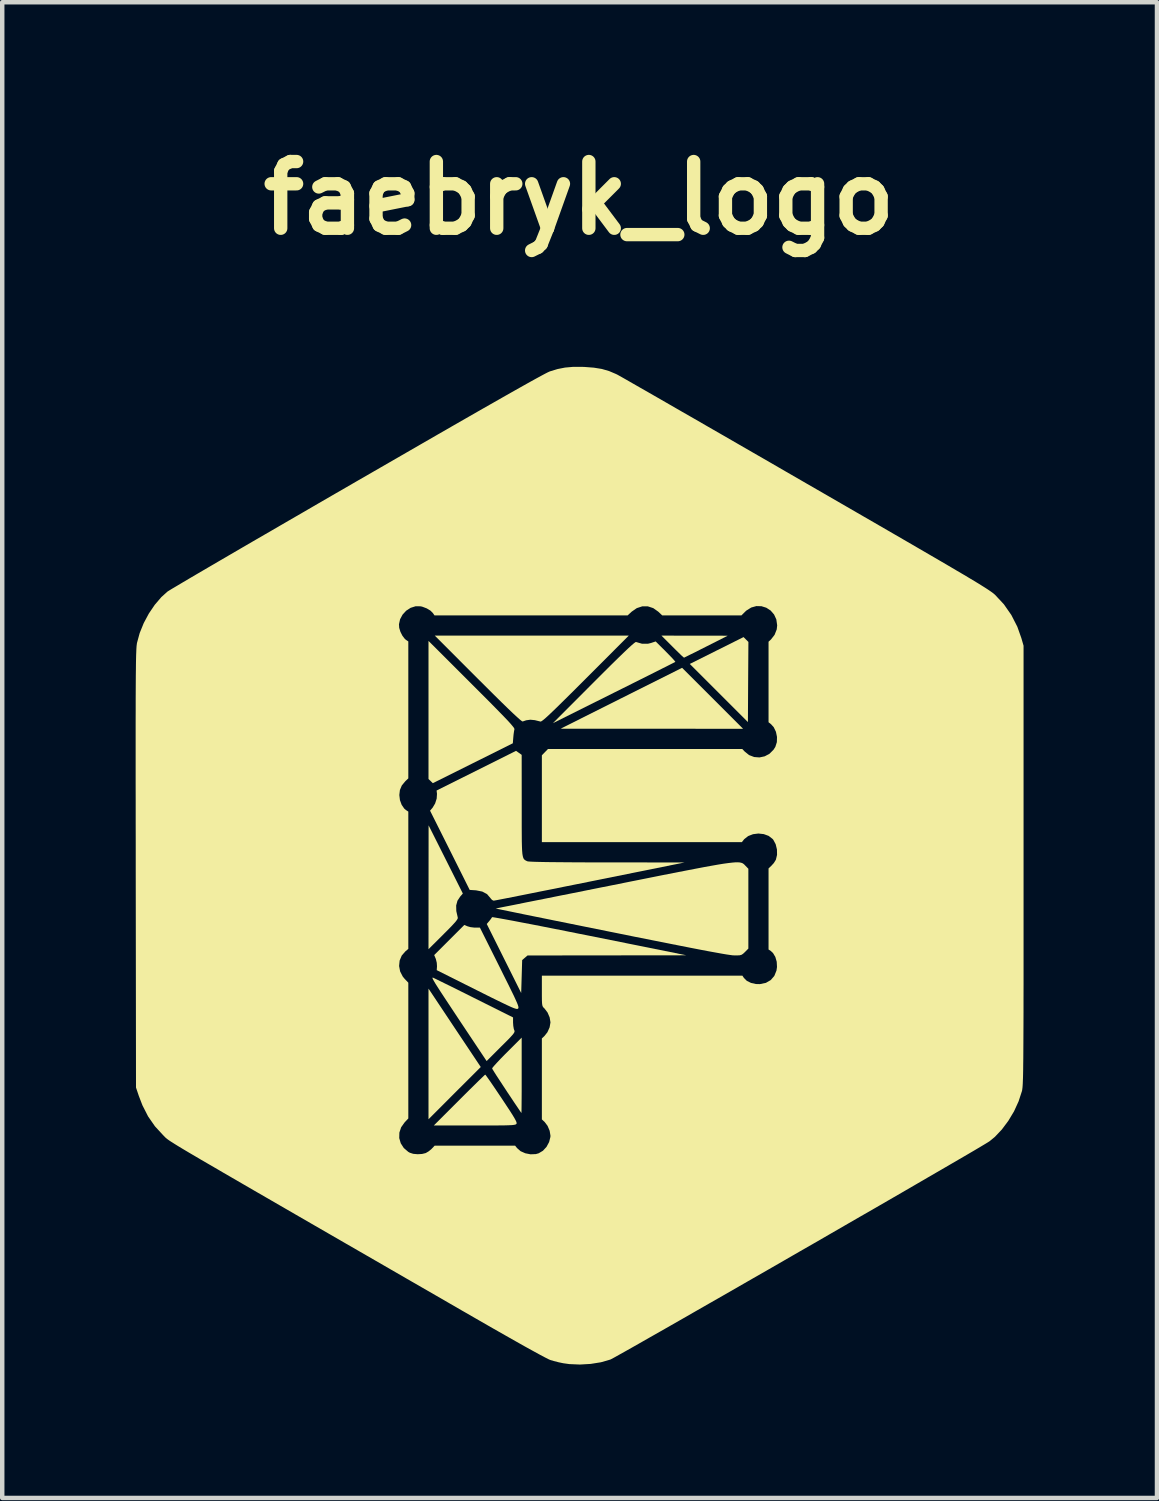
<source format=kicad_pcb>
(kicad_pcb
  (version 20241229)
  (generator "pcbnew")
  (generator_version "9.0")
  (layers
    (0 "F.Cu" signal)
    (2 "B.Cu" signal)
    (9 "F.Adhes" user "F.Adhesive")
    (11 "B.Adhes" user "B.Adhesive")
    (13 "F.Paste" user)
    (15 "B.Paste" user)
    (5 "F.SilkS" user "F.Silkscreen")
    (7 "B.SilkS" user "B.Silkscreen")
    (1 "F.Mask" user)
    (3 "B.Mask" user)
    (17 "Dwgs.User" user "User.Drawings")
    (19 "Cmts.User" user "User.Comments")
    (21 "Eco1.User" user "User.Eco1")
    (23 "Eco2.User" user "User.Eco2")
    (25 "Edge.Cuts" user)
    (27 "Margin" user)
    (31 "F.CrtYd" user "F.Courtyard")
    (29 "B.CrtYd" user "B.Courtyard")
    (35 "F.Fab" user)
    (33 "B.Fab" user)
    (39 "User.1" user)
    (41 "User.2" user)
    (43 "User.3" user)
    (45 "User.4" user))
  (footprint "faebryk_logo"
    (layer "F.Cu")
    (at 9.976 16.404)
    (property "Reference" "faebryk_logo" (at 0 -15 0) (layer "F.SilkS") (effects (font (size 1.5 1.5) (thickness 0.3))))
    (attr board_only exclude_from_pos_files exclude_from_bom)
    (fp_poly (pts (xy -2.804 3.657) (xy -2.216 4.538) (xy -2.804 5.125) (xy -3.391 5.713) (xy -3.391 4.244) (xy -3.391 2.775)) (stroke (width 0) (type solid)) (fill yes) (layer "F.SilkS"))
    (fp_poly (pts (xy 2.997 -3.753) (xy 3.682 -3.067) (xy 1.631 -3.068) (xy -0.421 -3.069) (xy 0.945 -3.754) (xy 2.311 -4.438)) (stroke (width 0) (type solid)) (fill yes) (layer "F.SilkS"))
    (fp_poly (pts (xy 3.747 -5.075) (xy 3.802 -5.02) (xy 3.796 -4.119) (xy 3.791 -3.218) (xy 3.137 -3.872) (xy 2.484 -4.525) (xy 3.088 -4.827) (xy 3.693 -5.129)) (stroke (width 0) (type solid)) (fill yes) (layer "F.SilkS"))
    (fp_poly (pts (xy 2.592 -5.161) (xy 3.337 -5.16) (xy 2.851 -4.914) (xy 2.718 -4.847) (xy 2.598 -4.786) (xy 2.496 -4.736) (xy 2.418 -4.697) (xy 2.369 -4.673) (xy 2.354 -4.666) (xy 2.336 -4.681) (xy 2.292 -4.72) (xy 2.23 -4.781) (xy 2.152 -4.857) (xy 2.095 -4.914) (xy 1.847 -5.162)) (stroke (width 0) (type solid)) (fill yes) (layer "F.SilkS"))
    (fp_poly (pts (xy -3.004 -0.13) (xy -2.619 0.637) (xy -2.677 0.704) (xy -2.74 0.799) (xy -2.769 0.906) (xy -2.766 1.032) (xy -2.733 1.177) (xy -2.734 1.198) (xy -2.75 1.228) (xy -2.784 1.273) (xy -2.84 1.335) (xy -2.919 1.418) (xy -3.027 1.526) (xy -3.055 1.555) (xy -3.391 1.889) (xy -3.39 0.497) (xy -3.389 -0.896)) (stroke (width 0) (type solid)) (fill yes) (layer "F.SilkS"))
    (fp_poly (pts (xy -2.418 -4.071) (xy -2.216 -3.869) (xy -2.043 -3.696) (xy -1.897 -3.548) (xy -1.776 -3.424) (xy -1.678 -3.323) (xy -1.6 -3.241) (xy -1.542 -3.177) (xy -1.501 -3.128) (xy -1.474 -3.094) (xy -1.461 -3.07) (xy -1.459 -3.056) (xy -1.459 -3.056) (xy -1.468 -3.012) (xy -1.478 -2.942) (xy -1.484 -2.877) (xy -1.495 -2.741) (xy -2.395 -2.292) (xy -3.294 -1.844) (xy -3.342 -1.891) (xy -3.391 -1.938) (xy -3.391 -3.49) (xy -3.391 -5.043)) (stroke (width 0) (type solid)) (fill yes) (layer "F.SilkS"))
    (fp_poly (pts (xy -1.94 1.17) (xy -1.879 1.18) (xy -1.781 1.197) (xy -1.649 1.221) (xy -1.486 1.251) (xy -1.295 1.288) (xy -1.078 1.329) (xy -0.838 1.376) (xy -0.579 1.427) (xy -0.302 1.482) (xy -0.012 1.54) (xy 0.227 1.587) (xy 2.408 2.026) (xy 0.622 2.028) (xy -1.164 2.03) (xy -1.225 2.082) (xy -1.285 2.134) (xy -1.296 2.504) (xy -1.307 2.874) (xy -1.694 2.098) (xy -2.081 1.322) (xy -2.025 1.256) (xy -1.988 1.209) (xy -1.965 1.174) (xy -1.962 1.169)) (stroke (width 0) (type solid)) (fill yes) (layer "F.SilkS"))
    (fp_poly (pts (xy 0.14 -4.189) (xy -0.062 -3.987) (xy -0.236 -3.814) (xy -0.385 -3.667) (xy -0.509 -3.545) (xy -0.611 -3.447) (xy -0.693 -3.369) (xy -0.757 -3.311) (xy -0.805 -3.27) (xy -0.84 -3.244) (xy -0.862 -3.231) (xy -0.875 -3.23) (xy -1 -3.261) (xy -1.102 -3.271) (xy -1.195 -3.258) (xy -1.274 -3.231) (xy -1.293 -3.24) (xy -1.335 -3.273) (xy -1.401 -3.332) (xy -1.492 -3.416) (xy -1.609 -3.528) (xy -1.752 -3.667) (xy -1.923 -3.836) (xy -2.122 -4.034) (xy -2.279 -4.19) (xy -3.25 -5.162) (xy -1.069 -5.162) (xy 1.112 -5.162)) (stroke (width 0) (type solid)) (fill yes) (layer "F.SilkS"))
    (fp_poly (pts (xy -1.296 4.725) (xy -1.296 4.912) (xy -1.296 5.084) (xy -1.297 5.237) (xy -1.298 5.367) (xy -1.299 5.469) (xy -1.3 5.538) (xy -1.301 5.57) (xy -1.301 5.572) (xy -1.314 5.555) (xy -1.348 5.506) (xy -1.399 5.43) (xy -1.465 5.333) (xy -1.541 5.218) (xy -1.627 5.09) (xy -1.631 5.083) (xy -1.716 4.954) (xy -1.794 4.835) (xy -1.861 4.733) (xy -1.913 4.651) (xy -1.947 4.596) (xy -1.96 4.571) (xy -1.961 4.571) (xy -1.948 4.549) (xy -1.908 4.502) (xy -1.846 4.434) (xy -1.767 4.35) (xy -1.674 4.255) (xy -1.631 4.212) (xy -1.296 3.877)) (stroke (width 0) (type solid)) (fill yes) (layer "F.SilkS"))
    (fp_poly (pts (xy 1.943 -4.806) (xy 2.021 -4.726) (xy 2.087 -4.658) (xy 2.134 -4.606) (xy 2.157 -4.576) (xy 2.159 -4.571) (xy 2.138 -4.56) (xy 2.082 -4.532) (xy 1.994 -4.487) (xy 1.876 -4.428) (xy 1.732 -4.355) (xy 1.565 -4.271) (xy 1.377 -4.177) (xy 1.173 -4.075) (xy 0.955 -3.966) (xy 0.778 -3.878) (xy -0.594 -3.193) (xy 0.324 -4.113) (xy 0.535 -4.324) (xy 0.716 -4.504) (xy 0.871 -4.656) (xy 0.998 -4.779) (xy 1.1 -4.876) (xy 1.178 -4.947) (xy 1.232 -4.993) (xy 1.265 -5.016) (xy 1.274 -5.019) (xy 1.408 -4.98) (xy 1.542 -4.979) (xy 1.611 -4.996) (xy 1.717 -5.031)) (stroke (width 0) (type solid)) (fill yes) (layer "F.SilkS"))
    (fp_poly (pts (xy -3.274 2.536) (xy -3.218 2.563) (xy -3.131 2.606) (xy -3.017 2.662) (xy -2.88 2.729) (xy -2.724 2.807) (xy -2.552 2.892) (xy -2.387 2.975) (xy -1.49 3.423) (xy -1.49 3.536) (xy -1.485 3.613) (xy -1.473 3.681) (xy -1.465 3.704) (xy -1.457 3.724) (xy -1.457 3.745) (xy -1.468 3.77) (xy -1.492 3.804) (xy -1.535 3.852) (xy -1.598 3.919) (xy -1.687 4.008) (xy -1.762 4.082) (xy -2.084 4.404) (xy -2.689 3.496) (xy -2.831 3.282) (xy -2.95 3.102) (xy -3.049 2.952) (xy -3.129 2.83) (xy -3.191 2.733) (xy -3.238 2.659) (xy -3.27 2.604) (xy -3.291 2.566) (xy -3.301 2.542) (xy -3.301 2.53) (xy -3.295 2.527)) (stroke (width 0) (type solid)) (fill yes) (layer "F.SilkS"))
    (fp_poly (pts (xy -2.514 1.374) (xy -2.447 1.393) (xy -2.365 1.403) (xy -2.339 1.404) (xy -2.235 1.404) (xy -1.788 2.298) (xy -1.684 2.508) (xy -1.597 2.682) (xy -1.527 2.825) (xy -1.471 2.939) (xy -1.43 3.029) (xy -1.4 3.096) (xy -1.381 3.145) (xy -1.371 3.179) (xy -1.368 3.202) (xy -1.371 3.216) (xy -1.378 3.225) (xy -1.389 3.231) (xy -1.407 3.232) (xy -1.434 3.226) (xy -1.474 3.213) (xy -1.53 3.19) (xy -1.606 3.155) (xy -1.705 3.108) (xy -1.831 3.047) (xy -1.986 2.971) (xy -2.174 2.877) (xy -2.31 2.809) (xy -3.206 2.36) (xy -3.2 2.274) (xy -3.205 2.194) (xy -3.225 2.113) (xy -3.228 2.104) (xy -3.263 2.021) (xy -2.925 1.683) (xy -2.586 1.344)) (stroke (width 0) (type solid)) (fill yes) (layer "F.SilkS"))
    (fp_poly (pts (xy -2.1 4.726) (xy -2.065 4.775) (xy -2.011 4.851) (xy -1.943 4.95) (xy -1.864 5.067) (xy -1.776 5.198) (xy -1.745 5.244) (xy -1.642 5.4) (xy -1.56 5.524) (xy -1.499 5.62) (xy -1.456 5.692) (xy -1.428 5.744) (xy -1.413 5.779) (xy -1.409 5.802) (xy -1.414 5.817) (xy -1.424 5.826) (xy -1.441 5.833) (xy -1.469 5.839) (xy -1.512 5.844) (xy -1.574 5.847) (xy -1.659 5.85) (xy -1.77 5.851) (xy -1.913 5.853) (xy -2.089 5.853) (xy -2.305 5.853) (xy -2.356 5.853) (xy -3.272 5.853) (xy -2.7 5.281) (xy -2.571 5.152) (xy -2.451 5.033) (xy -2.344 4.928) (xy -2.254 4.839) (xy -2.183 4.771) (xy -2.136 4.726) (xy -2.115 4.709) (xy -2.115 4.709)) (stroke (width 0) (type solid)) (fill yes) (layer "F.SilkS"))
    (fp_poly (pts (xy -1.359 -2.526) (xy -1.296 -2.481) (xy -1.295 -1.343) (xy -1.295 -1.086) (xy -1.295 -0.869) (xy -1.294 -0.688) (xy -1.293 -0.54) (xy -1.29 -0.421) (xy -1.286 -0.327) (xy -1.28 -0.256) (xy -1.271 -0.203) (xy -1.26 -0.165) (xy -1.247 -0.139) (xy -1.229 -0.121) (xy -1.209 -0.107) (xy -1.184 -0.095) (xy -1.173 -0.089) (xy -1.148 -0.084) (xy -1.093 -0.08) (xy -1.005 -0.076) (xy -0.884 -0.073) (xy -0.728 -0.07) (xy -0.536 -0.068) (xy -0.307 -0.066) (xy -0.038 -0.064) (xy 0.271 -0.063) (xy 0.62 -0.063) (xy 2.365 -0.061) (xy 0.238 0.368) (xy -0.06 0.428) (xy -0.345 0.485) (xy -0.616 0.54) (xy -0.87 0.59) (xy -1.103 0.637) (xy -1.313 0.679) (xy -1.497 0.715) (xy -1.652 0.746) (xy -1.776 0.77) (xy -1.864 0.787) (xy -1.915 0.796) (xy -1.926 0.798) (xy -1.962 0.782) (xy -1.998 0.741) (xy -1.999 0.739) (xy -2.075 0.65) (xy -2.182 0.593) (xy -2.318 0.566) (xy -2.326 0.565) (xy -2.465 0.556) (xy -2.91 -0.335) (xy -3.356 -1.226) (xy -3.298 -1.294) (xy -3.242 -1.388) (xy -3.207 -1.498) (xy -3.2 -1.606) (xy -3.201 -1.61) (xy -3.209 -1.679) (xy -2.316 -2.125) (xy -1.423 -2.571)) (stroke (width 0) (type solid)) (fill yes) (layer "F.SilkS"))
    (fp_poly (pts (xy 3.605 -0.062) (xy 3.639 -0.055) (xy 3.666 -0.046) (xy 3.687 -0.033) (xy 3.706 -0.018) (xy 3.723 -0.000188) (xy 3.731 0.008) (xy 3.801 0.08) (xy 3.801 0.977) (xy 3.801 1.875) (xy 3.724 1.953) (xy 3.682 1.992) (xy 3.647 2.015) (xy 3.605 2.026) (xy 3.542 2.029) (xy 3.481 2.028) (xy 3.443 2.026) (xy 3.384 2.018) (xy 3.303 2.006) (xy 3.197 1.988) (xy 3.065 1.964) (xy 2.904 1.935) (xy 2.715 1.899) (xy 2.494 1.856) (xy 2.24 1.806) (xy 1.951 1.749) (xy 1.625 1.684) (xy 1.262 1.612) (xy 0.858 1.53) (xy 0.713 1.501) (xy 0.385 1.435) (xy 0.069 1.371) (xy -0.232 1.31) (xy -0.516 1.253) (xy -0.781 1.199) (xy -1.023 1.15) (xy -1.24 1.106) (xy -1.429 1.067) (xy -1.589 1.034) (xy -1.717 1.008) (xy -1.809 0.989) (xy -1.864 0.978) (xy -1.879 0.974) (xy -1.857 0.97) (xy -1.795 0.957) (xy -1.696 0.937) (xy -1.562 0.911) (xy -1.396 0.878) (xy -1.201 0.838) (xy -0.978 0.794) (xy -0.732 0.745) (xy -0.464 0.691) (xy -0.176 0.634) (xy 0.128 0.573) (xy 0.446 0.509) (xy 0.724 0.454) (xy 1.131 0.372) (xy 1.497 0.299) (xy 1.826 0.233) (xy 2.119 0.175) (xy 2.378 0.125) (xy 2.606 0.081) (xy 2.805 0.043) (xy 2.977 0.012) (xy 3.124 -0.014) (xy 3.248 -0.034) (xy 3.351 -0.048) (xy 3.437 -0.058) (xy 3.506 -0.064) (xy 3.561 -0.065)) (stroke (width 0) (type solid)) (fill yes) (layer "F.SilkS"))
    (fp_poly (pts (xy 0.119 -11.203) (xy 0.327 -11.187) (xy 0.506 -11.158) (xy 0.668 -11.111) (xy 0.826 -11.044) (xy 0.86 -11.027) (xy 0.892 -11.009) (xy 0.96 -10.971) (xy 1.062 -10.913) (xy 1.196 -10.836) (xy 1.36 -10.742) (xy 1.553 -10.632) (xy 1.772 -10.506) (xy 2.017 -10.365) (xy 2.284 -10.211) (xy 2.574 -10.045) (xy 2.882 -9.867) (xy 3.209 -9.679) (xy 3.552 -9.481) (xy 3.909 -9.275) (xy 4.279 -9.062) (xy 4.659 -8.842) (xy 5.049 -8.617) (xy 5.097 -8.589) (xy 5.562 -8.321) (xy 5.991 -8.073) (xy 6.385 -7.845) (xy 6.747 -7.636) (xy 7.077 -7.445) (xy 7.377 -7.271) (xy 7.649 -7.113) (xy 7.893 -6.971) (xy 8.113 -6.843) (xy 8.308 -6.729) (xy 8.481 -6.627) (xy 8.633 -6.538) (xy 8.765 -6.459) (xy 8.88 -6.39) (xy 8.978 -6.331) (xy 9.061 -6.279) (xy 9.131 -6.235) (xy 9.188 -6.198) (xy 9.235 -6.166) (xy 9.274 -6.139) (xy 9.305 -6.116) (xy 9.329 -6.096) (xy 9.349 -6.078) (xy 9.546 -5.867) (xy 9.714 -5.626) (xy 9.849 -5.362) (xy 9.939 -5.108) (xy 9.989 -4.935) (xy 9.989 0) (xy 9.989 0.546) (xy 9.989 1.05) (xy 9.989 1.515) (xy 9.989 1.941) (xy 9.989 2.331) (xy 9.989 2.686) (xy 9.988 3.008) (xy 9.988 3.299) (xy 9.987 3.56) (xy 9.986 3.794) (xy 9.985 4.001) (xy 9.984 4.183) (xy 9.983 4.343) (xy 9.981 4.481) (xy 9.98 4.6) (xy 9.978 4.701) (xy 9.976 4.786) (xy 9.973 4.857) (xy 9.971 4.915) (xy 9.968 4.962) (xy 9.965 5) (xy 9.961 5.03) (xy 9.958 5.054) (xy 9.954 5.074) (xy 9.951 5.084) (xy 9.877 5.311) (xy 9.774 5.536) (xy 9.646 5.749) (xy 9.501 5.943) (xy 9.344 6.109) (xy 9.226 6.206) (xy 9.192 6.228) (xy 9.123 6.27) (xy 9.021 6.331) (xy 8.888 6.41) (xy 8.726 6.505) (xy 8.537 6.615) (xy 8.324 6.739) (xy 8.088 6.876) (xy 7.831 7.025) (xy 7.556 7.185) (xy 7.265 7.354) (xy 6.959 7.531) (xy 6.641 7.715) (xy 6.312 7.904) (xy 5.976 8.098) (xy 5.633 8.296) (xy 5.287 8.496) (xy 4.938 8.696) (xy 4.59 8.897) (xy 4.244 9.096) (xy 3.902 9.292) (xy 3.566 9.485) (xy 3.239 9.673) (xy 2.922 9.854) (xy 2.618 10.028) (xy 2.329 10.194) (xy 2.056 10.35) (xy 1.802 10.495) (xy 1.569 10.627) (xy 1.359 10.747) (xy 1.174 10.852) (xy 1.016 10.941) (xy 0.887 11.013) (xy 0.789 11.068) (xy 0.724 11.103) (xy 0.695 11.117) (xy 0.486 11.177) (xy 0.254 11.214) (xy 0.013 11.228) (xy -0.223 11.218) (xy -0.36 11.199) (xy -0.465 11.177) (xy -0.578 11.148) (xy -0.655 11.125) (xy -0.699 11.105) (xy -0.779 11.064) (xy -0.894 11.003) (xy -1.042 10.922) (xy -1.223 10.822) (xy -1.434 10.703) (xy -1.674 10.567) (xy -1.943 10.414) (xy -2.239 10.244) (xy -2.56 10.059) (xy -2.639 10.014) (xy -3.227 9.674) (xy -3.779 9.356) (xy -4.297 9.057) (xy -4.78 8.778) (xy -5.231 8.518) (xy -5.65 8.276) (xy -6.038 8.052) (xy -6.398 7.844) (xy -6.73 7.652) (xy -7.034 7.476) (xy -7.313 7.315) (xy -7.568 7.167) (xy -7.799 7.033) (xy -8.008 6.912) (xy -8.196 6.802) (xy -8.365 6.704) (xy -8.515 6.617) (xy -8.647 6.539) (xy -8.763 6.471) (xy -8.864 6.411) (xy -8.951 6.359) (xy -9.025 6.314) (xy -9.088 6.275) (xy -9.14 6.242) (xy -9.183 6.215) (xy -9.218 6.192) (xy -9.246 6.172) (xy -9.268 6.156) (xy -9.286 6.141) (xy -9.301 6.129) (xy -9.313 6.117) (xy -9.324 6.106) (xy -9.335 6.094) (xy -9.348 6.081) (xy -9.358 6.071) (xy -9.542 5.871) (xy -9.696 5.649) (xy -9.824 5.398) (xy -9.906 5.184) (xy -9.968 5) (xy -9.974 0.086) (xy -9.974 -0.461) (xy -9.975 -0.967) (xy -9.975 -1.433) (xy -9.976 -1.861) (xy -9.976 -2.252) (xy -9.976 -2.609) (xy -9.976 -2.933) (xy -9.976 -3.225) (xy -9.975 -3.487) (xy -9.975 -3.722) (xy -9.974 -3.93) (xy -9.973 -4.114) (xy -9.972 -4.275) (xy -9.97 -4.414) (xy -9.969 -4.534) (xy -9.967 -4.636) (xy -9.965 -4.722) (xy -9.962 -4.793) (xy -9.96 -4.852) (xy -9.957 -4.899) (xy -9.954 -4.937) (xy -9.95 -4.967) (xy -9.947 -4.991) (xy -9.945 -5) (xy -9.885 -5.22) (xy -9.805 -5.417) (xy -4.055 -5.417) (xy -4.05 -5.337) (xy -4.022 -5.246) (xy -3.977 -5.158) (xy -3.923 -5.088) (xy -3.894 -5.064) (xy -3.845 -5.031) (xy -3.845 -3.492) (xy -3.845 -1.952) (xy -3.911 -1.889) (xy -3.991 -1.793) (xy -4.034 -1.69) (xy -4.047 -1.577) (xy -4.033 -1.462) (xy -3.994 -1.356) (xy -3.936 -1.272) (xy -3.898 -1.24) (xy -3.845 -1.205) (xy -3.845 0.339) (xy -3.845 1.882) (xy -3.91 1.937) (xy -3.993 2.032) (xy -4.04 2.145) (xy -4.052 2.267) (xy -4.029 2.389) (xy -3.97 2.504) (xy -3.928 2.555) (xy -3.845 2.642) (xy -3.845 4.169) (xy -3.845 5.695) (xy -3.928 5.783) (xy -4.006 5.893) (xy -4.046 6.013) (xy -4.049 6.136) (xy -4.015 6.253) (xy -3.947 6.359) (xy -3.846 6.446) (xy -3.812 6.465) (xy -3.735 6.49) (xy -3.636 6.499) (xy -3.535 6.493) (xy -3.45 6.472) (xy -3.45 6.471) (xy -3.389 6.435) (xy -3.327 6.385) (xy -3.317 6.374) (xy -3.253 6.307) (xy -2.348 6.307) (xy -1.443 6.307) (xy -1.4 6.361) (xy -1.32 6.431) (xy -1.214 6.478) (xy -1.096 6.501) (xy -0.978 6.496) (xy -0.914 6.478) (xy -0.818 6.421) (xy -0.737 6.333) (xy -0.679 6.225) (xy -0.65 6.11) (xy -0.649 6.08) (xy -0.667 5.971) (xy -0.714 5.861) (xy -0.781 5.772) (xy -0.786 5.768) (xy -0.842 5.716) (xy -0.842 4.806) (xy -0.842 3.895) (xy -0.786 3.843) (xy -0.717 3.756) (xy -0.668 3.647) (xy -0.649 3.537) (xy -0.649 3.531) (xy -0.667 3.422) (xy -0.714 3.313) (xy -0.781 3.224) (xy -0.786 3.22) (xy -0.807 3.199) (xy -0.822 3.178) (xy -0.832 3.149) (xy -0.838 3.104) (xy -0.841 3.037) (xy -0.842 2.941) (xy -0.842 2.826) (xy -0.842 2.484) (xy 1.412 2.484) (xy 3.667 2.484) (xy 3.701 2.535) (xy 3.766 2.6) (xy 3.86 2.647) (xy 3.972 2.672) (xy 4.06 2.674) (xy 4.195 2.646) (xy 4.304 2.583) (xy 4.384 2.491) (xy 4.433 2.37) (xy 4.445 2.289) (xy 4.439 2.172) (xy 4.408 2.064) (xy 4.356 1.976) (xy 4.306 1.929) (xy 4.255 1.896) (xy 4.255 0.984) (xy 4.255 0.073) (xy 4.322 0.009) (xy 4.374 -0.049) (xy 4.414 -0.113) (xy 4.42 -0.123) (xy 4.446 -0.232) (xy 4.444 -0.353) (xy 4.415 -0.472) (xy 4.362 -0.571) (xy 4.346 -0.59) (xy 4.257 -0.659) (xy 4.147 -0.699) (xy 4.026 -0.712) (xy 3.906 -0.697) (xy 3.797 -0.655) (xy 3.709 -0.586) (xy 3.698 -0.573) (xy 3.655 -0.518) (xy 1.406 -0.518) (xy -0.842 -0.518) (xy -0.842 -1.495) (xy -0.842 -2.471) (xy -0.773 -2.542) (xy -0.704 -2.613) (xy 1.48 -2.613) (xy 3.664 -2.613) (xy 3.717 -2.557) (xy 3.817 -2.476) (xy 3.932 -2.432) (xy 4.052 -2.423) (xy 4.169 -2.448) (xy 4.277 -2.506) (xy 4.367 -2.596) (xy 4.408 -2.661) (xy 4.442 -2.767) (xy 4.445 -2.884) (xy 4.421 -3) (xy 4.372 -3.102) (xy 4.312 -3.169) (xy 4.255 -3.214) (xy 4.255 -4.119) (xy 4.255 -5.025) (xy 4.311 -5.077) (xy 4.391 -5.18) (xy 4.439 -5.302) (xy 4.449 -5.393) (xy 4.43 -5.526) (xy 4.379 -5.637) (xy 4.302 -5.726) (xy 4.205 -5.789) (xy 4.096 -5.823) (xy 3.981 -5.826) (xy 3.866 -5.794) (xy 3.757 -5.726) (xy 3.729 -5.7) (xy 3.645 -5.616) (xy 2.755 -5.616) (xy 1.865 -5.616) (xy 1.776 -5.7) (xy 1.663 -5.78) (xy 1.541 -5.82) (xy 1.415 -5.82) (xy 1.292 -5.78) (xy 1.178 -5.701) (xy 1.086 -5.616) (xy -1.085 -5.616) (xy -3.256 -5.616) (xy -3.292 -5.669) (xy -3.347 -5.724) (xy -3.43 -5.774) (xy -3.527 -5.811) (xy -3.567 -5.821) (xy -3.682 -5.822) (xy -3.793 -5.787) (xy -3.893 -5.722) (xy -3.974 -5.634) (xy -4.03 -5.53) (xy -4.055 -5.417) (xy -9.805 -5.417) (xy -9.795 -5.442) (xy -9.68 -5.657) (xy -9.546 -5.855) (xy -9.398 -6.028) (xy -9.259 -6.153) (xy -9.229 -6.172) (xy -9.164 -6.212) (xy -9.064 -6.271) (xy -8.933 -6.349) (xy -8.771 -6.445) (xy -8.58 -6.557) (xy -8.363 -6.684) (xy -8.12 -6.826) (xy -7.854 -6.981) (xy -7.566 -7.149) (xy -7.258 -7.328) (xy -6.931 -7.517) (xy -6.589 -7.716) (xy -6.231 -7.923) (xy -5.861 -8.138) (xy -5.479 -8.359) (xy -5.088 -8.585) (xy -4.986 -8.644) (xy -4.481 -8.935) (xy -4.013 -9.205) (xy -3.58 -9.455) (xy -3.181 -9.685) (xy -2.816 -9.895) (xy -2.483 -10.086) (xy -2.181 -10.259) (xy -1.91 -10.413) (xy -1.668 -10.551) (xy -1.454 -10.672) (xy -1.268 -10.777) (xy -1.109 -10.866) (xy -0.975 -10.94) (xy -0.865 -11) (xy -0.779 -11.046) (xy -0.715 -11.079) (xy -0.672 -11.099) (xy -0.659 -11.104) (xy -0.489 -11.156) (xy -0.321 -11.189) (xy -0.142 -11.205) (xy 0.062 -11.205)) (stroke (width 0) (type solid)) (fill yes) (layer "F.SilkS")))
  (gr_rect
    (start -3 -3)
    (end 22.965 30.632)
    (stroke (width 0.1) (type default))
    (fill no)
    (layer "Edge.Cuts")))
</source>
